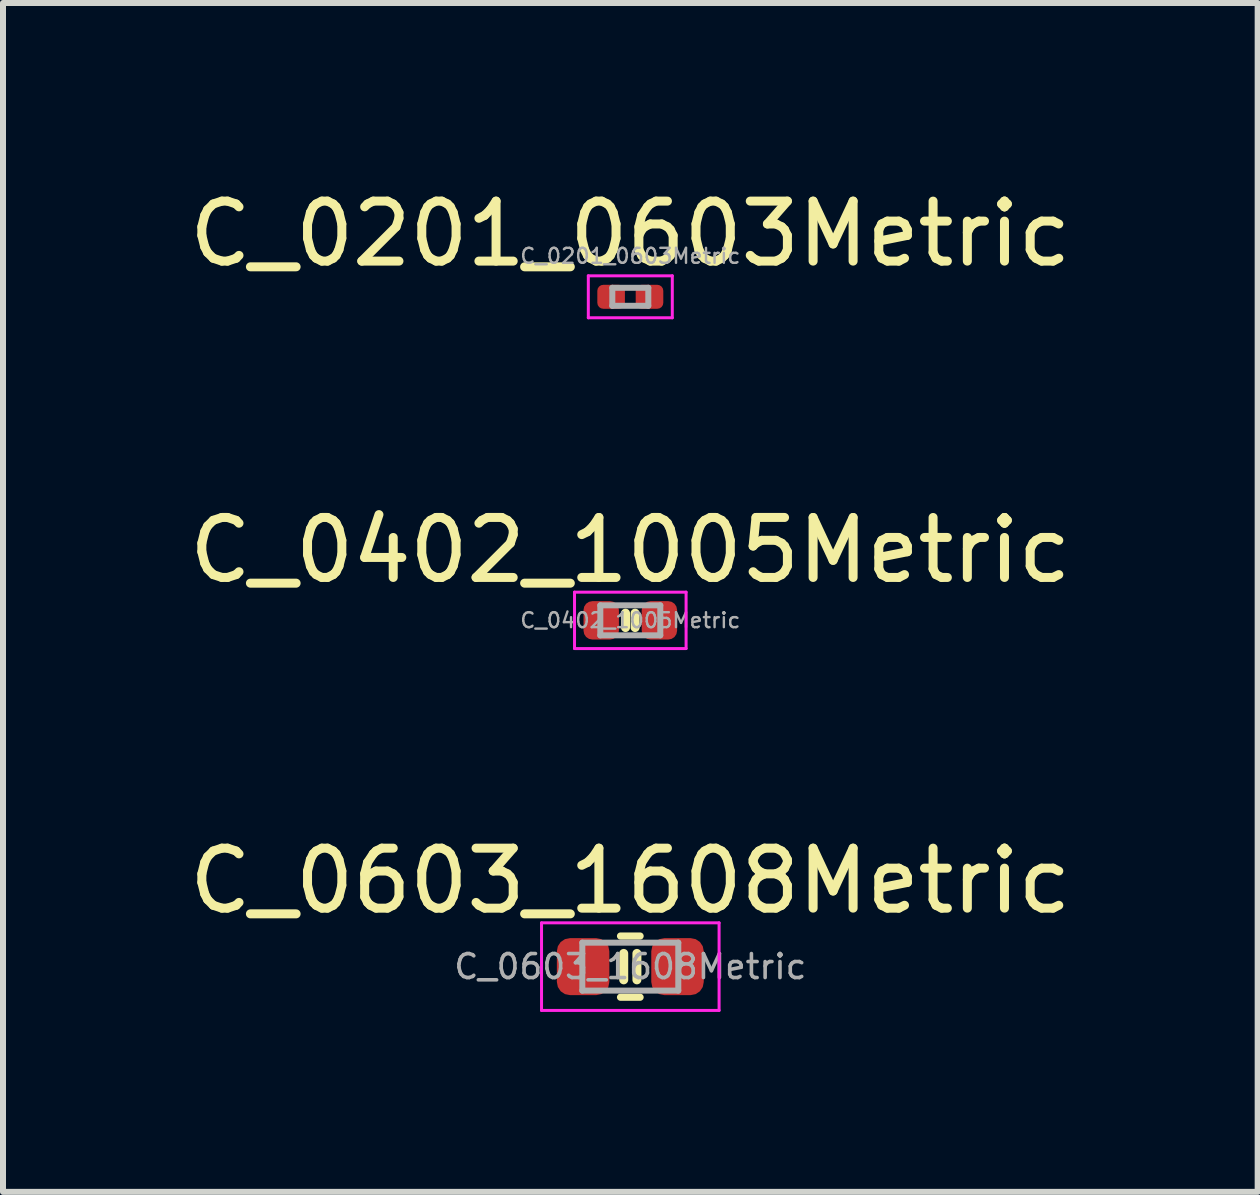
<source format=kicad_pcb>
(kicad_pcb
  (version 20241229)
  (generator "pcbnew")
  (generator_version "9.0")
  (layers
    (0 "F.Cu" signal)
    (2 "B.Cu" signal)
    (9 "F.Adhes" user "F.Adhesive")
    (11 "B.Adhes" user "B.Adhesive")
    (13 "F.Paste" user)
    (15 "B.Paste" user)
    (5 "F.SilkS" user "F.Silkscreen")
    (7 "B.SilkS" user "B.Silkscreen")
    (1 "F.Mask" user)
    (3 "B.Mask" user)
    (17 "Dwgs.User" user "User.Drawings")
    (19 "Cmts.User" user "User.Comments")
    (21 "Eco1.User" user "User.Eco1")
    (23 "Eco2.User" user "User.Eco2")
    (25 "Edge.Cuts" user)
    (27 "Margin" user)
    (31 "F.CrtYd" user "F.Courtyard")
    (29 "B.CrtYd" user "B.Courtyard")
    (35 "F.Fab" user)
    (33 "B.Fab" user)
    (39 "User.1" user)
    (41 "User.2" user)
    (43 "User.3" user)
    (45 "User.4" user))
  (footprint "C_0402_1005Metric"
    (layer "F.Cu")
    (at 7.458 7.292)
    (property "Reference" "C_0402_1005Metric" (at 0 -1.17 0) (layer "F.SilkS") (effects (font (size 1 1) (thickness 0.15))))
    (attr smd)
    (fp_line (start -0.08 -0.12) (end -0.08 0.12) (stroke (width 0.15) (type solid)) (layer "F.SilkS"))
    (fp_line (start 0.08 -0.12) (end 0.08 0.12) (stroke (width 0.15) (type solid)) (layer "F.SilkS"))
    (fp_line (start -0.93 -0.47) (end 0.93 -0.47) (stroke (width 0.05) (type solid)) (layer "F.CrtYd"))
    (fp_line (start -0.93 0.47) (end -0.93 -0.47) (stroke (width 0.05) (type solid)) (layer "F.CrtYd"))
    (fp_line (start 0.93 -0.47) (end 0.93 0.47) (stroke (width 0.05) (type solid)) (layer "F.CrtYd"))
    (fp_line (start 0.93 0.47) (end -0.93 0.47) (stroke (width 0.05) (type solid)) (layer "F.CrtYd"))
    (fp_line (start -0.5 -0.25) (end 0.5 -0.25) (stroke (width 0.1) (type solid)) (layer "F.Fab"))
    (fp_line (start -0.5 0.25) (end -0.5 -0.25) (stroke (width 0.1) (type solid)) (layer "F.Fab"))
    (fp_line (start 0.5 -0.25) (end 0.5 0.25) (stroke (width 0.1) (type solid)) (layer "F.Fab"))
    (fp_line (start 0.5 0.25) (end -0.5 0.25) (stroke (width 0.1) (type solid)) (layer "F.Fab"))
    (fp_text user "${REFERENCE}" (at 0 0 0) (layer "F.Fab") (effects (font (size 0.25 0.25) (thickness 0.04))))
    (pad "1" smd roundrect (at -0.485 0) (size 0.59 0.64) (layers "F.Cu" "F.Mask" "F.Paste") (roundrect_rratio 0.25))
    (pad "2" smd roundrect (at 0.485 0) (size 0.59 0.64) (layers "F.Cu" "F.Mask" "F.Paste") (roundrect_rratio 0.25)))
  (footprint "C_0603_1608Metric"
    (layer "F.Cu")
    (at 7.458 13.065)
    (property "Reference" "C_0603_1608Metric" (at 0 -1.43 0) (layer "F.SilkS") (effects (font (size 1 1) (thickness 0.15))))
    (attr smd)
    (fp_line (start -0.163 -0.51) (end 0.163 -0.51) (stroke (width 0.12) (type solid)) (layer "F.SilkS"))
    (fp_line (start -0.163 0.51) (end 0.163 0.51) (stroke (width 0.12) (type solid)) (layer "F.SilkS"))
    (fp_line (start -0.11 -0.22) (end -0.11 0.22) (stroke (width 0.15) (type solid)) (layer "F.SilkS"))
    (fp_line (start 0.11 -0.22) (end 0.11 0.22) (stroke (width 0.15) (type solid)) (layer "F.SilkS"))
    (fp_line (start -1.48 -0.73) (end 1.48 -0.73) (stroke (width 0.05) (type solid)) (layer "F.CrtYd"))
    (fp_line (start -1.48 0.73) (end -1.48 -0.73) (stroke (width 0.05) (type solid)) (layer "F.CrtYd"))
    (fp_line (start 1.48 -0.73) (end 1.48 0.73) (stroke (width 0.05) (type solid)) (layer "F.CrtYd"))
    (fp_line (start 1.48 0.73) (end -1.48 0.73) (stroke (width 0.05) (type solid)) (layer "F.CrtYd"))
    (fp_line (start -0.8 -0.4) (end 0.8 -0.4) (stroke (width 0.1) (type solid)) (layer "F.Fab"))
    (fp_line (start -0.8 0.4) (end -0.8 -0.4) (stroke (width 0.1) (type solid)) (layer "F.Fab"))
    (fp_line (start 0.8 -0.4) (end 0.8 0.4) (stroke (width 0.1) (type solid)) (layer "F.Fab"))
    (fp_line (start 0.8 0.4) (end -0.8 0.4) (stroke (width 0.1) (type solid)) (layer "F.Fab"))
    (fp_text user "${REFERENCE}" (at 0 0 0) (layer "F.Fab") (effects (font (size 0.4 0.4) (thickness 0.06))))
    (pad "1" smd roundrect (at -0.787 0) (size 0.875 0.95) (layers "F.Cu" "F.Mask" "F.Paste") (roundrect_rratio 0.25))
    (pad "2" smd roundrect (at 0.787 0) (size 0.875 0.95) (layers "F.Cu" "F.Mask" "F.Paste") (roundrect_rratio 0.25)))
  (footprint "C_0201_0603Metric"
    (layer "F.Cu")
    (at 7.458 1.898)
    (property "Reference" "C_0201_0603Metric" (at 0 -1.05 0) (layer "F.SilkS") (effects (font (size 1 1) (thickness 0.15))))
    (attr smd)
    (fp_line (start -0.7 -0.35) (end 0.7 -0.35) (stroke (width 0.05) (type solid)) (layer "F.CrtYd"))
    (fp_line (start -0.7 0.35) (end -0.7 -0.35) (stroke (width 0.05) (type solid)) (layer "F.CrtYd"))
    (fp_line (start 0.7 -0.35) (end 0.7 0.35) (stroke (width 0.05) (type solid)) (layer "F.CrtYd"))
    (fp_line (start 0.7 0.35) (end -0.7 0.35) (stroke (width 0.05) (type solid)) (layer "F.CrtYd"))
    (fp_line (start -0.3 -0.15) (end 0.3 -0.15) (stroke (width 0.1) (type solid)) (layer "F.Fab"))
    (fp_line (start -0.3 0.15) (end -0.3 -0.15) (stroke (width 0.1) (type solid)) (layer "F.Fab"))
    (fp_line (start 0.3 -0.15) (end 0.3 0.15) (stroke (width 0.1) (type solid)) (layer "F.Fab"))
    (fp_line (start 0.3 0.15) (end -0.3 0.15) (stroke (width 0.1) (type solid)) (layer "F.Fab"))
    (fp_text user "${REFERENCE}" (at 0 -0.68 0) (layer "F.Fab") (effects (font (size 0.25 0.25) (thickness 0.04))))
    (pad "" smd roundrect (at -0.345 0) (size 0.318 0.36) (layers "F.Paste") (roundrect_rratio 0.25))
    (pad "" smd roundrect (at 0.345 0) (size 0.318 0.36) (layers "F.Paste") (roundrect_rratio 0.25))
    (pad "1" smd roundrect (at -0.32 0) (size 0.46 0.4) (layers "F.Cu" "F.Mask") (roundrect_rratio 0.25))
    (pad "2" smd roundrect (at 0.32 0) (size 0.46 0.4) (layers "F.Cu" "F.Mask") (roundrect_rratio 0.25)))
  (gr_rect
    (start -3 -3)
    (end 17.917 16.82)
    (stroke (width 0.1) (type default))
    (fill no)
    (layer "Edge.Cuts")))
</source>
